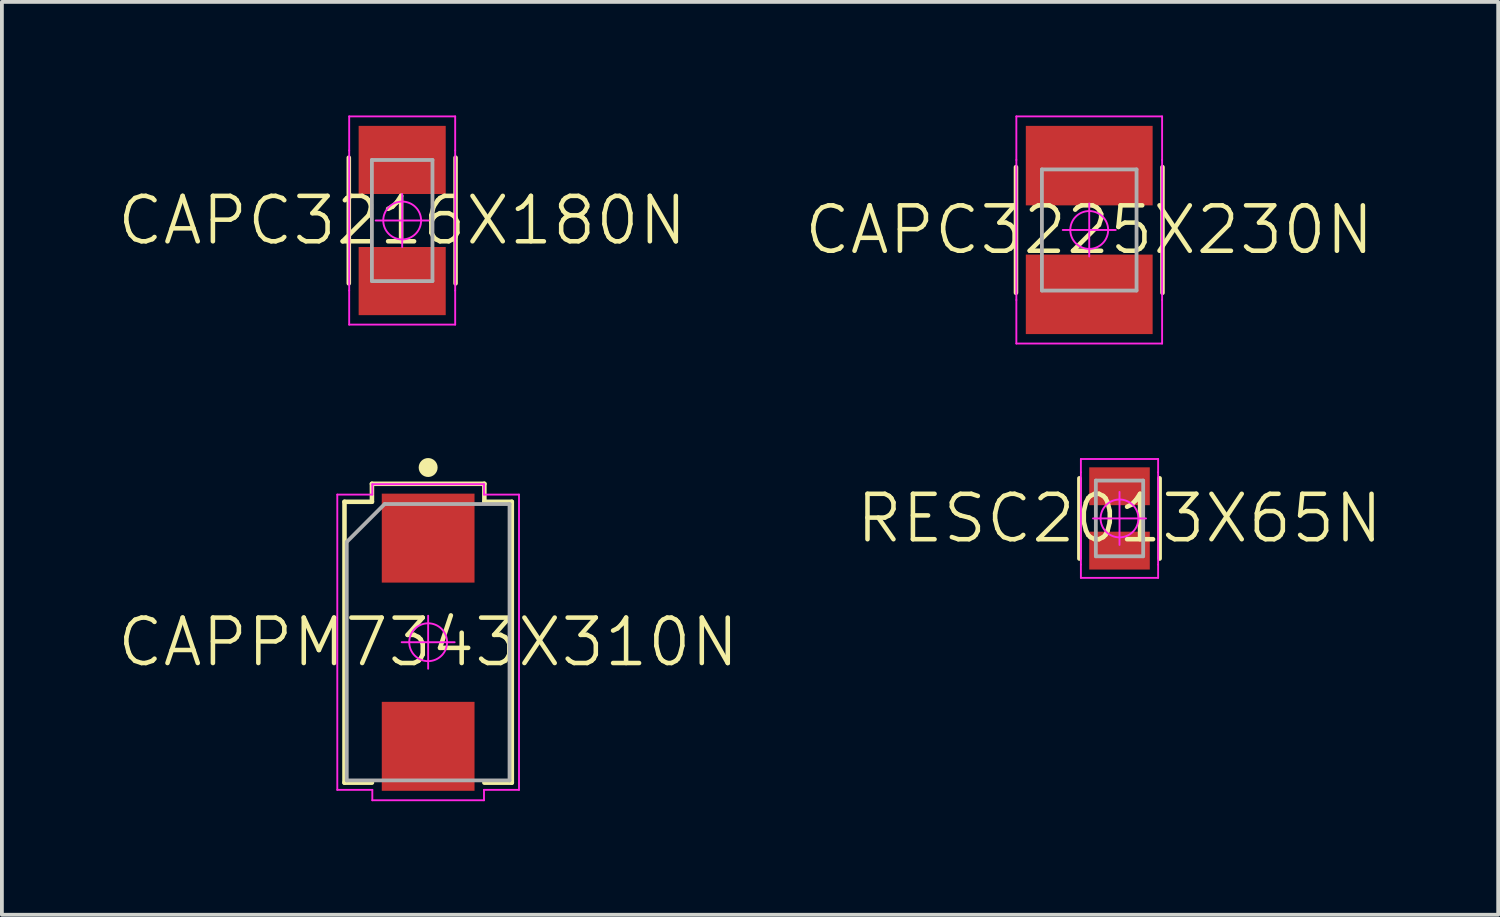
<source format=kicad_pcb>
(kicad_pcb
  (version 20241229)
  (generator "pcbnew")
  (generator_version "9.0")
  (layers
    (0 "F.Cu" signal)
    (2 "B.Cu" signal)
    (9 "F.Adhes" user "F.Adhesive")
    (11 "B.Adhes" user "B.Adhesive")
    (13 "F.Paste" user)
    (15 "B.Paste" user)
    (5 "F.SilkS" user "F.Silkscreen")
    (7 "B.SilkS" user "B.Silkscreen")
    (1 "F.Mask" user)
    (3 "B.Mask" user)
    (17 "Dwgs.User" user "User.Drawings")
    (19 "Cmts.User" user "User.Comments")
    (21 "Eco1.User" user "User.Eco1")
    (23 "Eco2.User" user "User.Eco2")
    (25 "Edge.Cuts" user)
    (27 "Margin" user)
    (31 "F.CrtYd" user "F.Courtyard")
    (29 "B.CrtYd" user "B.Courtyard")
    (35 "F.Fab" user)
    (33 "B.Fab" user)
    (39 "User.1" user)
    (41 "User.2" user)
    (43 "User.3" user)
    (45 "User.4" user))
  (footprint "RESC2013X65N"
    (layer "F.Cu")
    (at 26.523 10.645)
    (property "Reference" "RESC2013X65N" (at 0 0 0) (layer "F.SilkS") (effects (font (size 1.2 1.2) (thickness 0.12))))
    (attr smd)
    (fp_line (start -1.06 -1.06) (end -1.06 1.06) (stroke (width 0.12) (type solid)) (layer "F.SilkS"))
    (fp_line (start 1.06 -1.06) (end 1.06 1.06) (stroke (width 0.12) (type solid)) (layer "F.SilkS"))
    (fp_line (start -1.02 -1.57) (end -1.02 -1.22) (stroke (width 0.05) (type solid)) (layer "F.CrtYd"))
    (fp_line (start -1.02 -1.22) (end -1.02 1.22) (stroke (width 0.05) (type solid)) (layer "F.CrtYd"))
    (fp_line (start -1.02 1.22) (end -1.02 1.57) (stroke (width 0.05) (type solid)) (layer "F.CrtYd"))
    (fp_line (start -1.02 1.57) (end 1.02 1.57) (stroke (width 0.05) (type solid)) (layer "F.CrtYd"))
    (fp_line (start -0.7 0) (end 0.7 0) (stroke (width 0.05) (type solid)) (layer "F.CrtYd"))
    (fp_line (start 0 -0.7) (end 0 0.7) (stroke (width 0.05) (type solid)) (layer "F.CrtYd"))
    (fp_line (start 1.02 -1.57) (end -1.02 -1.57) (stroke (width 0.05) (type solid)) (layer "F.CrtYd"))
    (fp_line (start 1.02 -1.22) (end 1.02 -1.57) (stroke (width 0.05) (type solid)) (layer "F.CrtYd"))
    (fp_line (start 1.02 1.22) (end 1.02 -1.22) (stroke (width 0.05) (type solid)) (layer "F.CrtYd"))
    (fp_line (start 1.02 1.57) (end 1.02 1.22) (stroke (width 0.05) (type solid)) (layer "F.CrtYd"))
    (fp_circle (center 0 0) (end 0 0.5) (stroke (width 0.05) (type solid)) (fill no) (layer "F.CrtYd"))
    (fp_line (start -0.625 -1) (end 0.625 -1) (stroke (width 0.1) (type solid)) (layer "F.Fab"))
    (fp_line (start -0.625 1) (end -0.625 -1) (stroke (width 0.1) (type solid)) (layer "F.Fab"))
    (fp_line (start 0.625 -1) (end 0.625 1) (stroke (width 0.1) (type solid)) (layer "F.Fab"))
    (fp_line (start 0.625 1) (end -0.625 1) (stroke (width 0.1) (type solid)) (layer "F.Fab"))
    (pad "1" smd rect (at 0 -0.85) (size 1.6 1) (layers "F.Cu" "F.Mask" "F.Paste"))
    (pad "2" smd rect (at 0 0.85) (size 1.6 1) (layers "F.Cu" "F.Mask" "F.Paste")))
  (footprint "CAPC3225X230N"
    (layer "F.Cu")
    (at 25.723 3.025)
    (property "Reference" "CAPC3225X230N" (at 0 0 0) (layer "F.SilkS") (effects (font (size 1.2 1.2) (thickness 0.12))))
    (attr smd)
    (fp_line (start -1.935 -1.66) (end -1.935 1.66) (stroke (width 0.12) (type solid)) (layer "F.SilkS"))
    (fp_line (start 1.935 -1.66) (end 1.935 1.66) (stroke (width 0.12) (type solid)) (layer "F.SilkS"))
    (fp_line (start -1.925 -3) (end -1.925 -1.85) (stroke (width 0.05) (type solid)) (layer "F.CrtYd"))
    (fp_line (start -1.925 -1.85) (end -1.925 1.85) (stroke (width 0.05) (type solid)) (layer "F.CrtYd"))
    (fp_line (start -1.925 1.85) (end -1.925 3) (stroke (width 0.05) (type solid)) (layer "F.CrtYd"))
    (fp_line (start -1.925 3) (end 1.925 3) (stroke (width 0.05) (type solid)) (layer "F.CrtYd"))
    (fp_line (start -0.7 0) (end 0.7 0) (stroke (width 0.05) (type solid)) (layer "F.CrtYd"))
    (fp_line (start 0 -0.7) (end 0 0.7) (stroke (width 0.05) (type solid)) (layer "F.CrtYd"))
    (fp_line (start 1.925 -3) (end -1.925 -3) (stroke (width 0.05) (type solid)) (layer "F.CrtYd"))
    (fp_line (start 1.925 -1.85) (end 1.925 -3) (stroke (width 0.05) (type solid)) (layer "F.CrtYd"))
    (fp_line (start 1.925 1.85) (end 1.925 -1.85) (stroke (width 0.05) (type solid)) (layer "F.CrtYd"))
    (fp_line (start 1.925 3) (end 1.925 1.85) (stroke (width 0.05) (type solid)) (layer "F.CrtYd"))
    (fp_circle (center 0 0) (end 0 0.5) (stroke (width 0.05) (type solid)) (fill no) (layer "F.CrtYd"))
    (fp_line (start -1.25 -1.6) (end 1.25 -1.6) (stroke (width 0.1) (type solid)) (layer "F.Fab"))
    (fp_line (start -1.25 1.6) (end -1.25 -1.6) (stroke (width 0.1) (type solid)) (layer "F.Fab"))
    (fp_line (start 1.25 -1.6) (end 1.25 1.6) (stroke (width 0.1) (type solid)) (layer "F.Fab"))
    (fp_line (start 1.25 1.6) (end -1.25 1.6) (stroke (width 0.1) (type solid)) (layer "F.Fab"))
    (pad "1" smd rect (at 0 -1.7) (size 3.35 2.1) (layers "F.Cu" "F.Mask" "F.Paste"))
    (pad "2" smd rect (at 0 1.7) (size 3.35 2.1) (layers "F.Cu" "F.Mask" "F.Paste")))
  (footprint "CAPPM7343X310N"
    (layer "F.Cu")
    (at 8.26 13.915)
    (property "Reference" "CAPPM7343X310N" (at 0 0 0) (layer "F.SilkS") (effects (font (size 1.2 1.2) (thickness 0.12))))
    (attr smd)
    (fp_line (start -2.21 -3.71) (end -2.21 3.71) (stroke (width 0.12) (type solid)) (layer "F.SilkS"))
    (fp_line (start -1.485 -4.185) (end 1.485 -4.185) (stroke (width 0.12) (type solid)) (layer "F.SilkS"))
    (fp_line (start -1.485 -3.71) (end -2.21 -3.71) (stroke (width 0.12) (type solid)) (layer "F.SilkS"))
    (fp_line (start -1.485 -3.71) (end -1.485 -4.185) (stroke (width 0.12) (type solid)) (layer "F.SilkS"))
    (fp_line (start -1.485 3.71) (end -2.21 3.71) (stroke (width 0.12) (type solid)) (layer "F.SilkS"))
    (fp_line (start 1.485 -4.185) (end 1.485 -3.71) (stroke (width 0.12) (type solid)) (layer "F.SilkS"))
    (fp_line (start 1.485 -3.71) (end 2.21 -3.71) (stroke (width 0.12) (type solid)) (layer "F.SilkS"))
    (fp_line (start 1.485 3.71) (end 2.21 3.71) (stroke (width 0.12) (type solid)) (layer "F.SilkS"))
    (fp_line (start 2.21 -3.71) (end 2.21 3.71) (stroke (width 0.12) (type solid)) (layer "F.SilkS"))
    (fp_circle (center 0 -4.615) (end 0 -4.49) (stroke (width 0.25) (type solid)) (fill no) (layer "F.SilkS"))
    (fp_line (start -2.4 -3.9) (end -2.4 3.9) (stroke (width 0.05) (type solid)) (layer "F.CrtYd"))
    (fp_line (start -2.4 3.9) (end -1.475 3.9) (stroke (width 0.05) (type solid)) (layer "F.CrtYd"))
    (fp_line (start -1.475 -4.175) (end -1.475 -3.9) (stroke (width 0.05) (type solid)) (layer "F.CrtYd"))
    (fp_line (start -1.475 -3.9) (end -2.4 -3.9) (stroke (width 0.05) (type solid)) (layer "F.CrtYd"))
    (fp_line (start -1.475 3.9) (end -1.475 4.175) (stroke (width 0.05) (type solid)) (layer "F.CrtYd"))
    (fp_line (start -1.475 4.175) (end 1.475 4.175) (stroke (width 0.05) (type solid)) (layer "F.CrtYd"))
    (fp_line (start -0.7 0) (end 0.7 0) (stroke (width 0.05) (type solid)) (layer "F.CrtYd"))
    (fp_line (start 0 -0.7) (end 0 0.7) (stroke (width 0.05) (type solid)) (layer "F.CrtYd"))
    (fp_line (start 1.475 -4.175) (end -1.475 -4.175) (stroke (width 0.05) (type solid)) (layer "F.CrtYd"))
    (fp_line (start 1.475 -3.9) (end 1.475 -4.175) (stroke (width 0.05) (type solid)) (layer "F.CrtYd"))
    (fp_line (start 1.475 3.9) (end 2.4 3.9) (stroke (width 0.05) (type solid)) (layer "F.CrtYd"))
    (fp_line (start 1.475 4.175) (end 1.475 3.9) (stroke (width 0.05) (type solid)) (layer "F.CrtYd"))
    (fp_line (start 2.4 -3.9) (end 1.475 -3.9) (stroke (width 0.05) (type solid)) (layer "F.CrtYd"))
    (fp_line (start 2.4 3.9) (end 2.4 -3.9) (stroke (width 0.05) (type solid)) (layer "F.CrtYd"))
    (fp_circle (center 0 0) (end 0 0.5) (stroke (width 0.05) (type solid)) (fill no) (layer "F.CrtYd"))
    (fp_line (start -2.15 -2.65) (end -1.15 -3.65) (stroke (width 0.1) (type solid)) (layer "F.Fab"))
    (fp_line (start -2.15 3.65) (end -2.15 -2.65) (stroke (width 0.1) (type solid)) (layer "F.Fab"))
    (fp_line (start -1.15 -3.65) (end 2.15 -3.65) (stroke (width 0.1) (type solid)) (layer "F.Fab"))
    (fp_line (start 2.15 -3.65) (end 2.15 3.65) (stroke (width 0.1) (type solid)) (layer "F.Fab"))
    (fp_line (start 2.15 3.65) (end -2.15 3.65) (stroke (width 0.1) (type solid)) (layer "F.Fab"))
    (pad "1" smd rect (at 0 -2.75) (size 2.45 2.35) (layers "F.Cu" "F.Mask" "F.Paste"))
    (pad "2" smd rect (at 0 2.75) (size 2.45 2.35) (layers "F.Cu" "F.Mask" "F.Paste")))
  (footprint "CAPC3216X180N"
    (layer "F.Cu")
    (at 7.574 2.775)
    (property "Reference" "CAPC3216X180N" (at 0 0 0) (layer "F.SilkS") (effects (font (size 1.2 1.2) (thickness 0.12))))
    (attr smd)
    (fp_line (start -1.41 -1.66) (end -1.41 1.66) (stroke (width 0.12) (type solid)) (layer "F.SilkS"))
    (fp_line (start 1.41 -1.66) (end 1.41 1.66) (stroke (width 0.12) (type solid)) (layer "F.SilkS"))
    (fp_line (start -1.4 -2.75) (end -1.4 -1.85) (stroke (width 0.05) (type solid)) (layer "F.CrtYd"))
    (fp_line (start -1.4 -1.85) (end -1.4 1.85) (stroke (width 0.05) (type solid)) (layer "F.CrtYd"))
    (fp_line (start -1.4 1.85) (end -1.4 2.75) (stroke (width 0.05) (type solid)) (layer "F.CrtYd"))
    (fp_line (start -1.4 2.75) (end 1.4 2.75) (stroke (width 0.05) (type solid)) (layer "F.CrtYd"))
    (fp_line (start -0.7 0) (end 0.7 0) (stroke (width 0.05) (type solid)) (layer "F.CrtYd"))
    (fp_line (start 0 -0.7) (end 0 0.7) (stroke (width 0.05) (type solid)) (layer "F.CrtYd"))
    (fp_line (start 1.4 -2.75) (end -1.4 -2.75) (stroke (width 0.05) (type solid)) (layer "F.CrtYd"))
    (fp_line (start 1.4 -1.85) (end 1.4 -2.75) (stroke (width 0.05) (type solid)) (layer "F.CrtYd"))
    (fp_line (start 1.4 1.85) (end 1.4 -1.85) (stroke (width 0.05) (type solid)) (layer "F.CrtYd"))
    (fp_line (start 1.4 2.75) (end 1.4 1.85) (stroke (width 0.05) (type solid)) (layer "F.CrtYd"))
    (fp_circle (center 0 0) (end 0 0.5) (stroke (width 0.05) (type solid)) (fill no) (layer "F.CrtYd"))
    (fp_line (start -0.8 -1.6) (end 0.8 -1.6) (stroke (width 0.1) (type solid)) (layer "F.Fab"))
    (fp_line (start -0.8 1.6) (end -0.8 -1.6) (stroke (width 0.1) (type solid)) (layer "F.Fab"))
    (fp_line (start 0.8 -1.6) (end 0.8 1.6) (stroke (width 0.1) (type solid)) (layer "F.Fab"))
    (fp_line (start 0.8 1.6) (end -0.8 1.6) (stroke (width 0.1) (type solid)) (layer "F.Fab"))
    (pad "1" smd rect (at 0 -1.6) (size 2.3 1.8) (layers "F.Cu" "F.Mask" "F.Paste"))
    (pad "2" smd rect (at 0 1.6) (size 2.3 1.8) (layers "F.Cu" "F.Mask" "F.Paste")))
  (gr_rect
    (start -3 -3)
    (end 36.526 21.115)
    (stroke (width 0.1) (type default))
    (fill no)
    (layer "Edge.Cuts")))
</source>
